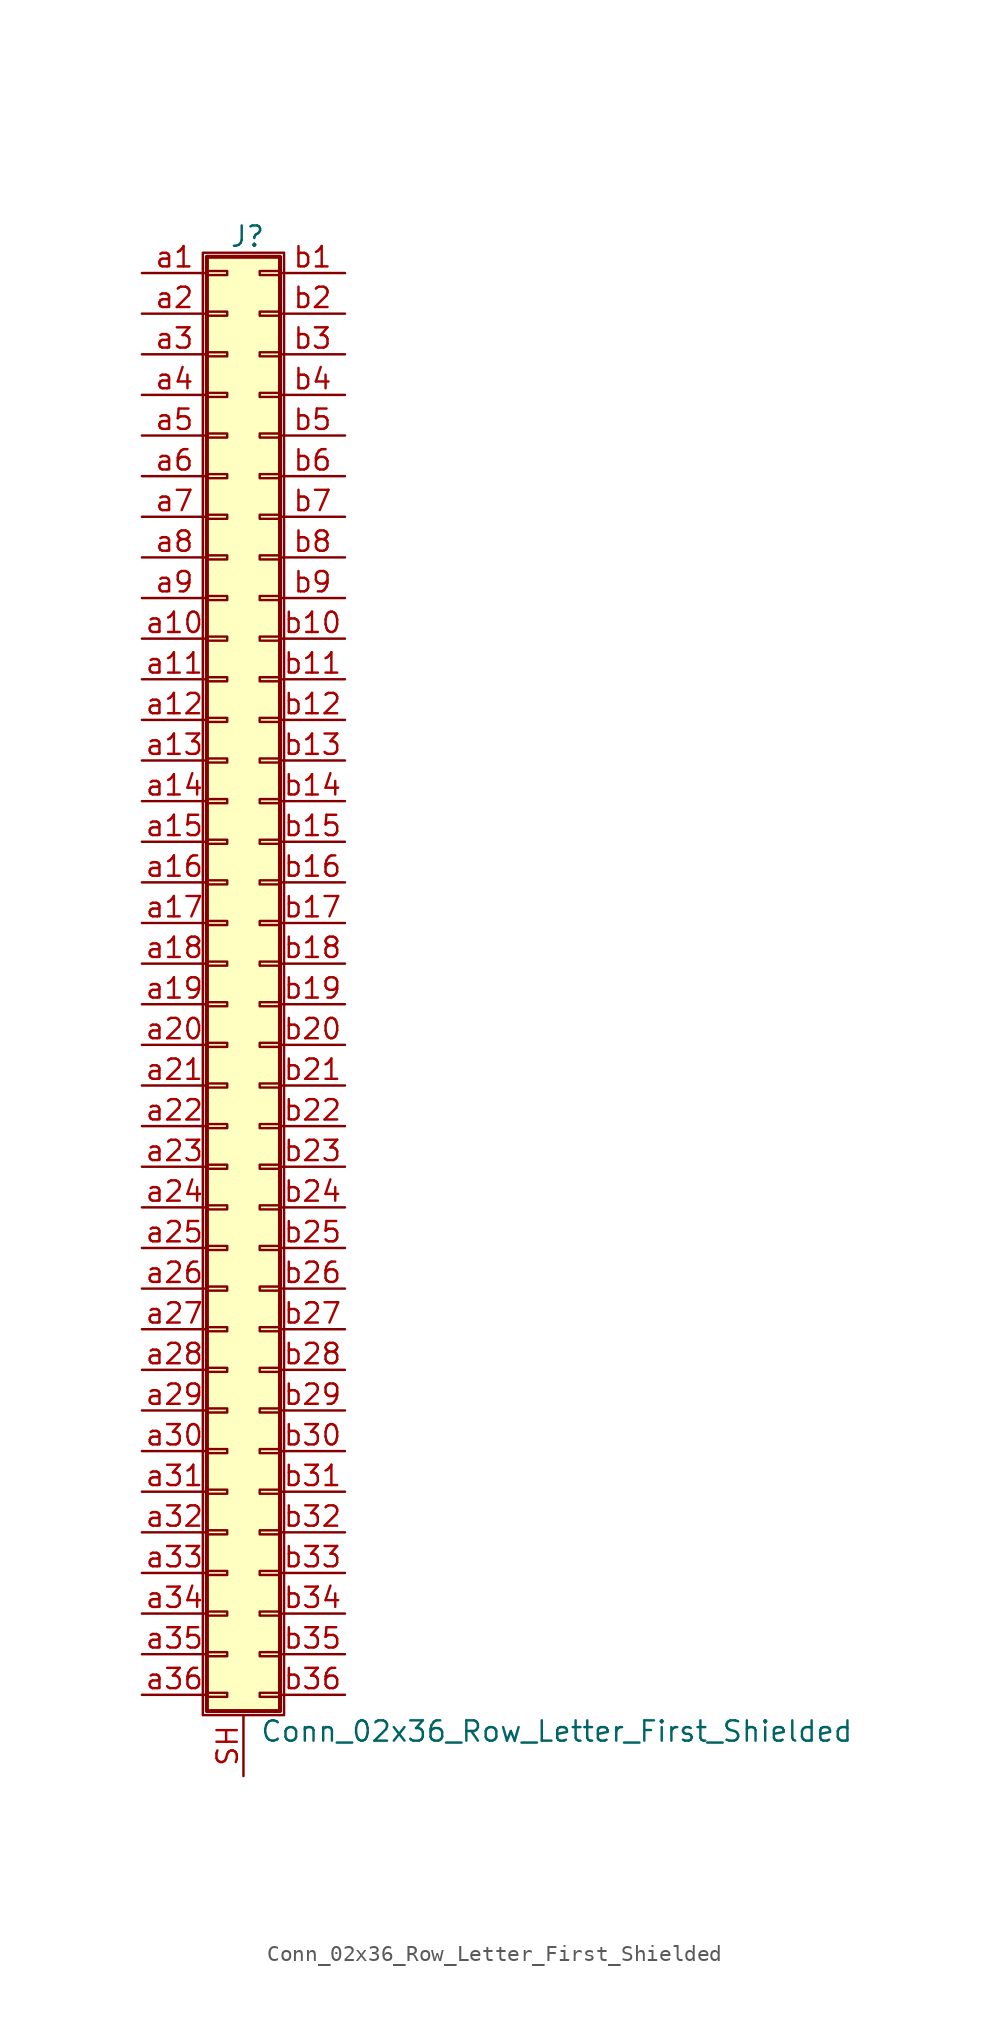
<source format=kicad_sym>
(kicad_symbol_lib
  (version 20201005)
  (generator kicad_symbol_editor)
  (symbol "Conn_02x36_Row_Letter_First_Shielded"
    (pin_names
      (offset 1.016) hide)
    (property "Reference" "J"
      (at 1.524 45.466 0)
      (effects (font (size 1.27 1.27))))
    (property "Value" "Conn_02x36_Row_Letter_First_Shielded"
      (at 2.286 -48.006 0)
      (effects (font (size 1.27 1.27)) (justify left)))
    (symbol "Conn_02x36_Row_Letter_First_Shielded_1_1"
      (rectangle (start -1.27 44.45) (end 3.81 -46.99) (stroke (width 0.152)) (fill (type none)))
      (rectangle (start -1.016 -45.593) (end 0.254 -45.847) (stroke (width 0.152)) (fill (type none)))
      (rectangle (start -1.016 -43.053) (end 0.254 -43.307) (stroke (width 0.152)) (fill (type none)))
      (rectangle (start -1.016 -40.513) (end 0.254 -40.767) (stroke (width 0.152)) (fill (type none)))
      (rectangle (start -1.016 -37.973) (end 0.254 -38.227) (stroke (width 0.152)) (fill (type none)))
      (rectangle (start -1.016 -35.433) (end 0.254 -35.687) (stroke (width 0.152)) (fill (type none)))
      (rectangle (start -1.016 -32.893) (end 0.254 -33.147) (stroke (width 0.152)) (fill (type none)))
      (rectangle (start -1.016 -30.353) (end 0.254 -30.607) (stroke (width 0.152)) (fill (type none)))
      (rectangle (start -1.016 -27.813) (end 0.254 -28.067) (stroke (width 0.152)) (fill (type none)))
      (rectangle (start -1.016 -25.273) (end 0.254 -25.527) (stroke (width 0.152)) (fill (type none)))
      (rectangle (start -1.016 -22.733) (end 0.254 -22.987) (stroke (width 0.152)) (fill (type none)))
      (rectangle (start -1.016 -20.193) (end 0.254 -20.447) (stroke (width 0.152)) (fill (type none)))
      (rectangle (start -1.016 -17.653) (end 0.254 -17.907) (stroke (width 0.152)) (fill (type none)))
      (rectangle (start -1.016 -15.113) (end 0.254 -15.367) (stroke (width 0.152)) (fill (type none)))
      (rectangle (start -1.016 -12.573) (end 0.254 -12.827) (stroke (width 0.152)) (fill (type none)))
      (rectangle (start -1.016 -10.033) (end 0.254 -10.287) (stroke (width 0.152)) (fill (type none)))
      (rectangle (start -1.016 -7.493) (end 0.254 -7.747) (stroke (width 0.152)) (fill (type none)))
      (rectangle (start -1.016 -4.953) (end 0.254 -5.207) (stroke (width 0.152)) (fill (type none)))
      (rectangle (start -1.016 -2.413) (end 0.254 -2.667) (stroke (width 0.152)) (fill (type none)))
      (rectangle (start -1.016 0.127) (end 0.254 -0.127) (stroke (width 0.152)) (fill (type none)))
      (rectangle (start -1.016 2.667) (end 0.254 2.413) (stroke (width 0.152)) (fill (type none)))
      (rectangle (start -1.016 5.207) (end 0.254 4.953) (stroke (width 0.152)) (fill (type none)))
      (rectangle (start -1.016 7.747) (end 0.254 7.493) (stroke (width 0.152)) (fill (type none)))
      (rectangle (start -1.016 10.287) (end 0.254 10.033) (stroke (width 0.152)) (fill (type none)))
      (rectangle (start -1.016 12.827) (end 0.254 12.573) (stroke (width 0.152)) (fill (type none)))
      (rectangle (start -1.016 15.367) (end 0.254 15.113) (stroke (width 0.152)) (fill (type none)))
      (rectangle (start -1.016 17.907) (end 0.254 17.653) (stroke (width 0.152)) (fill (type none)))
      (rectangle (start -1.016 20.447) (end 0.254 20.193) (stroke (width 0.152)) (fill (type none)))
      (rectangle (start -1.016 22.987) (end 0.254 22.733) (stroke (width 0.152)) (fill (type none)))
      (rectangle (start -1.016 25.527) (end 0.254 25.273) (stroke (width 0.152)) (fill (type none)))
      (rectangle (start -1.016 28.067) (end 0.254 27.813) (stroke (width 0.152)) (fill (type none)))
      (rectangle (start -1.016 30.607) (end 0.254 30.353) (stroke (width 0.152)) (fill (type none)))
      (rectangle (start -1.016 33.147) (end 0.254 32.893) (stroke (width 0.152)) (fill (type none)))
      (rectangle (start -1.016 35.687) (end 0.254 35.433) (stroke (width 0.152)) (fill (type none)))
      (rectangle (start -1.016 38.227) (end 0.254 37.973) (stroke (width 0.152)) (fill (type none)))
      (rectangle (start -1.016 40.767) (end 0.254 40.513) (stroke (width 0.152)) (fill (type none)))
      (rectangle (start -1.016 43.307) (end 0.254 43.053) (stroke (width 0.152)) (fill (type none)))
      (rectangle (start 3.556 -45.593) (end 2.286 -45.847) (stroke (width 0.152)) (fill (type none)))
      (rectangle (start 3.556 -43.053) (end 2.286 -43.307) (stroke (width 0.152)) (fill (type none)))
      (rectangle (start 3.556 -40.513) (end 2.286 -40.767) (stroke (width 0.152)) (fill (type none)))
      (rectangle (start 3.556 -37.973) (end 2.286 -38.227) (stroke (width 0.152)) (fill (type none)))
      (rectangle (start 3.556 -35.433) (end 2.286 -35.687) (stroke (width 0.152)) (fill (type none)))
      (rectangle (start 3.556 -32.893) (end 2.286 -33.147) (stroke (width 0.152)) (fill (type none)))
      (rectangle (start 3.556 -30.353) (end 2.286 -30.607) (stroke (width 0.152)) (fill (type none)))
      (rectangle (start 3.556 -27.813) (end 2.286 -28.067) (stroke (width 0.152)) (fill (type none)))
      (rectangle (start 3.556 -25.273) (end 2.286 -25.527) (stroke (width 0.152)) (fill (type none)))
      (rectangle (start 3.556 -22.733) (end 2.286 -22.987) (stroke (width 0.152)) (fill (type none)))
      (rectangle (start 3.556 -20.193) (end 2.286 -20.447) (stroke (width 0.152)) (fill (type none)))
      (rectangle (start 3.556 -17.653) (end 2.286 -17.907) (stroke (width 0.152)) (fill (type none)))
      (rectangle (start 3.556 -15.113) (end 2.286 -15.367) (stroke (width 0.152)) (fill (type none)))
      (rectangle (start 3.556 -12.573) (end 2.286 -12.827) (stroke (width 0.152)) (fill (type none)))
      (rectangle (start 3.556 -10.033) (end 2.286 -10.287) (stroke (width 0.152)) (fill (type none)))
      (rectangle (start 3.556 -7.493) (end 2.286 -7.747) (stroke (width 0.152)) (fill (type none)))
      (rectangle (start 3.556 -4.953) (end 2.286 -5.207) (stroke (width 0.152)) (fill (type none)))
      (rectangle (start 3.556 -2.413) (end 2.286 -2.667) (stroke (width 0.152)) (fill (type none)))
      (rectangle (start 3.556 0.127) (end 2.286 -0.127) (stroke (width 0.152)) (fill (type none)))
      (rectangle (start 3.556 2.667) (end 2.286 2.413) (stroke (width 0.152)) (fill (type none)))
      (rectangle (start 3.556 5.207) (end 2.286 4.953) (stroke (width 0.152)) (fill (type none)))
      (rectangle (start 3.556 7.747) (end 2.286 7.493) (stroke (width 0.152)) (fill (type none)))
      (rectangle (start 3.556 10.287) (end 2.286 10.033) (stroke (width 0.152)) (fill (type none)))
      (rectangle (start 3.556 12.827) (end 2.286 12.573) (stroke (width 0.152)) (fill (type none)))
      (rectangle (start 3.556 15.367) (end 2.286 15.113) (stroke (width 0.152)) (fill (type none)))
      (rectangle (start 3.556 17.907) (end 2.286 17.653) (stroke (width 0.152)) (fill (type none)))
      (rectangle (start 3.556 20.447) (end 2.286 20.193) (stroke (width 0.152)) (fill (type none)))
      (rectangle (start 3.556 22.987) (end 2.286 22.733) (stroke (width 0.152)) (fill (type none)))
      (rectangle (start 3.556 25.527) (end 2.286 25.273) (stroke (width 0.152)) (fill (type none)))
      (rectangle (start 3.556 28.067) (end 2.286 27.813) (stroke (width 0.152)) (fill (type none)))
      (rectangle (start 3.556 30.607) (end 2.286 30.353) (stroke (width 0.152)) (fill (type none)))
      (rectangle (start 3.556 33.147) (end 2.286 32.893) (stroke (width 0.152)) (fill (type none)))
      (rectangle (start 3.556 35.687) (end 2.286 35.433) (stroke (width 0.152)) (fill (type none)))
      (rectangle (start 3.556 38.227) (end 2.286 37.973) (stroke (width 0.152)) (fill (type none)))
      (rectangle (start 3.556 40.767) (end 2.286 40.513) (stroke (width 0.152)) (fill (type none)))
      (rectangle (start 3.556 43.307) (end 2.286 43.053) (stroke (width 0.152)) (fill (type none)))
      (rectangle (start -1.016 44.196) (end 3.556 -46.736) (stroke (width 0.254)) (fill (type background)))
      (pin passive line (at 1.27 -50.8 90) (length 3.81) (name "Shield" (effects (font (size 1.27 1.27)))) (number "SH" (effects (font (size 1.27 1.27)))))
      (pin passive line (at -5.08 43.18 0) (length 4.064) (name "Pin_a1" (effects (font (size 1.27 1.27)))) (number "a1" (effects (font (size 1.27 1.27)))))
      (pin passive line (at -5.08 20.32 0) (length 4.064) (name "Pin_a10" (effects (font (size 1.27 1.27)))) (number "a10" (effects (font (size 1.27 1.27)))))
      (pin passive line (at -5.08 17.78 0) (length 4.064) (name "Pin_a11" (effects (font (size 1.27 1.27)))) (number "a11" (effects (font (size 1.27 1.27)))))
      (pin passive line (at -5.08 15.24 0) (length 4.064) (name "Pin_a12" (effects (font (size 1.27 1.27)))) (number "a12" (effects (font (size 1.27 1.27)))))
      (pin passive line (at -5.08 12.7 0) (length 4.064) (name "Pin_a13" (effects (font (size 1.27 1.27)))) (number "a13" (effects (font (size 1.27 1.27)))))
      (pin passive line (at -5.08 10.16 0) (length 4.064) (name "Pin_a14" (effects (font (size 1.27 1.27)))) (number "a14" (effects (font (size 1.27 1.27)))))
      (pin passive line (at -5.08 7.62 0) (length 4.064) (name "Pin_a15" (effects (font (size 1.27 1.27)))) (number "a15" (effects (font (size 1.27 1.27)))))
      (pin passive line (at -5.08 5.08 0) (length 4.064) (name "Pin_a16" (effects (font (size 1.27 1.27)))) (number "a16" (effects (font (size 1.27 1.27)))))
      (pin passive line (at -5.08 2.54 0) (length 4.064) (name "Pin_a17" (effects (font (size 1.27 1.27)))) (number "a17" (effects (font (size 1.27 1.27)))))
      (pin passive line (at -5.08 0 0) (length 4.064) (name "Pin_a18" (effects (font (size 1.27 1.27)))) (number "a18" (effects (font (size 1.27 1.27)))))
      (pin passive line (at -5.08 -2.54 0) (length 4.064) (name "Pin_a19" (effects (font (size 1.27 1.27)))) (number "a19" (effects (font (size 1.27 1.27)))))
      (pin passive line (at -5.08 40.64 0) (length 4.064) (name "Pin_a2" (effects (font (size 1.27 1.27)))) (number "a2" (effects (font (size 1.27 1.27)))))
      (pin passive line (at -5.08 -5.08 0) (length 4.064) (name "Pin_a20" (effects (font (size 1.27 1.27)))) (number "a20" (effects (font (size 1.27 1.27)))))
      (pin passive line (at -5.08 -7.62 0) (length 4.064) (name "Pin_a21" (effects (font (size 1.27 1.27)))) (number "a21" (effects (font (size 1.27 1.27)))))
      (pin passive line (at -5.08 -10.16 0) (length 4.064) (name "Pin_a22" (effects (font (size 1.27 1.27)))) (number "a22" (effects (font (size 1.27 1.27)))))
      (pin passive line (at -5.08 -12.7 0) (length 4.064) (name "Pin_a23" (effects (font (size 1.27 1.27)))) (number "a23" (effects (font (size 1.27 1.27)))))
      (pin passive line (at -5.08 -15.24 0) (length 4.064) (name "Pin_a24" (effects (font (size 1.27 1.27)))) (number "a24" (effects (font (size 1.27 1.27)))))
      (pin passive line (at -5.08 -17.78 0) (length 4.064) (name "Pin_a25" (effects (font (size 1.27 1.27)))) (number "a25" (effects (font (size 1.27 1.27)))))
      (pin passive line (at -5.08 -20.32 0) (length 4.064) (name "Pin_a26" (effects (font (size 1.27 1.27)))) (number "a26" (effects (font (size 1.27 1.27)))))
      (pin passive line (at -5.08 -22.86 0) (length 4.064) (name "Pin_a27" (effects (font (size 1.27 1.27)))) (number "a27" (effects (font (size 1.27 1.27)))))
      (pin passive line (at -5.08 -25.4 0) (length 4.064) (name "Pin_a28" (effects (font (size 1.27 1.27)))) (number "a28" (effects (font (size 1.27 1.27)))))
      (pin passive line (at -5.08 -27.94 0) (length 4.064) (name "Pin_a29" (effects (font (size 1.27 1.27)))) (number "a29" (effects (font (size 1.27 1.27)))))
      (pin passive line (at -5.08 38.1 0) (length 4.064) (name "Pin_a3" (effects (font (size 1.27 1.27)))) (number "a3" (effects (font (size 1.27 1.27)))))
      (pin passive line (at -5.08 -30.48 0) (length 4.064) (name "Pin_a30" (effects (font (size 1.27 1.27)))) (number "a30" (effects (font (size 1.27 1.27)))))
      (pin passive line (at -5.08 -33.02 0) (length 4.064) (name "Pin_a31" (effects (font (size 1.27 1.27)))) (number "a31" (effects (font (size 1.27 1.27)))))
      (pin passive line (at -5.08 -35.56 0) (length 4.064) (name "Pin_a32" (effects (font (size 1.27 1.27)))) (number "a32" (effects (font (size 1.27 1.27)))))
      (pin passive line (at -5.08 -38.1 0) (length 4.064) (name "Pin_a33" (effects (font (size 1.27 1.27)))) (number "a33" (effects (font (size 1.27 1.27)))))
      (pin passive line (at -5.08 -40.64 0) (length 4.064) (name "Pin_a34" (effects (font (size 1.27 1.27)))) (number "a34" (effects (font (size 1.27 1.27)))))
      (pin passive line (at -5.08 -43.18 0) (length 4.064) (name "Pin_a35" (effects (font (size 1.27 1.27)))) (number "a35" (effects (font (size 1.27 1.27)))))
      (pin passive line (at -5.08 -45.72 0) (length 4.064) (name "Pin_a36" (effects (font (size 1.27 1.27)))) (number "a36" (effects (font (size 1.27 1.27)))))
      (pin passive line (at -5.08 35.56 0) (length 4.064) (name "Pin_a4" (effects (font (size 1.27 1.27)))) (number "a4" (effects (font (size 1.27 1.27)))))
      (pin passive line (at -5.08 33.02 0) (length 4.064) (name "Pin_a5" (effects (font (size 1.27 1.27)))) (number "a5" (effects (font (size 1.27 1.27)))))
      (pin passive line (at -5.08 30.48 0) (length 4.064) (name "Pin_a6" (effects (font (size 1.27 1.27)))) (number "a6" (effects (font (size 1.27 1.27)))))
      (pin passive line (at -5.08 27.94 0) (length 4.064) (name "Pin_a7" (effects (font (size 1.27 1.27)))) (number "a7" (effects (font (size 1.27 1.27)))))
      (pin passive line (at -5.08 25.4 0) (length 4.064) (name "Pin_a8" (effects (font (size 1.27 1.27)))) (number "a8" (effects (font (size 1.27 1.27)))))
      (pin passive line (at -5.08 22.86 0) (length 4.064) (name "Pin_a9" (effects (font (size 1.27 1.27)))) (number "a9" (effects (font (size 1.27 1.27)))))
      (pin passive line (at 7.62 43.18 180) (length 4.064) (name "Pin_b1" (effects (font (size 1.27 1.27)))) (number "b1" (effects (font (size 1.27 1.27)))))
      (pin passive line (at 7.62 20.32 180) (length 4.064) (name "Pin_b10" (effects (font (size 1.27 1.27)))) (number "b10" (effects (font (size 1.27 1.27)))))
      (pin passive line (at 7.62 17.78 180) (length 4.064) (name "Pin_b11" (effects (font (size 1.27 1.27)))) (number "b11" (effects (font (size 1.27 1.27)))))
      (pin passive line (at 7.62 15.24 180) (length 4.064) (name "Pin_b12" (effects (font (size 1.27 1.27)))) (number "b12" (effects (font (size 1.27 1.27)))))
      (pin passive line (at 7.62 12.7 180) (length 4.064) (name "Pin_b13" (effects (font (size 1.27 1.27)))) (number "b13" (effects (font (size 1.27 1.27)))))
      (pin passive line (at 7.62 10.16 180) (length 4.064) (name "Pin_b14" (effects (font (size 1.27 1.27)))) (number "b14" (effects (font (size 1.27 1.27)))))
      (pin passive line (at 7.62 7.62 180) (length 4.064) (name "Pin_b15" (effects (font (size 1.27 1.27)))) (number "b15" (effects (font (size 1.27 1.27)))))
      (pin passive line (at 7.62 5.08 180) (length 4.064) (name "Pin_b16" (effects (font (size 1.27 1.27)))) (number "b16" (effects (font (size 1.27 1.27)))))
      (pin passive line (at 7.62 2.54 180) (length 4.064) (name "Pin_b17" (effects (font (size 1.27 1.27)))) (number "b17" (effects (font (size 1.27 1.27)))))
      (pin passive line (at 7.62 0 180) (length 4.064) (name "Pin_b18" (effects (font (size 1.27 1.27)))) (number "b18" (effects (font (size 1.27 1.27)))))
      (pin passive line (at 7.62 -2.54 180) (length 4.064) (name "Pin_b19" (effects (font (size 1.27 1.27)))) (number "b19" (effects (font (size 1.27 1.27)))))
      (pin passive line (at 7.62 40.64 180) (length 4.064) (name "Pin_b2" (effects (font (size 1.27 1.27)))) (number "b2" (effects (font (size 1.27 1.27)))))
      (pin passive line (at 7.62 -5.08 180) (length 4.064) (name "Pin_b20" (effects (font (size 1.27 1.27)))) (number "b20" (effects (font (size 1.27 1.27)))))
      (pin passive line (at 7.62 -7.62 180) (length 4.064) (name "Pin_b21" (effects (font (size 1.27 1.27)))) (number "b21" (effects (font (size 1.27 1.27)))))
      (pin passive line (at 7.62 -10.16 180) (length 4.064) (name "Pin_b22" (effects (font (size 1.27 1.27)))) (number "b22" (effects (font (size 1.27 1.27)))))
      (pin passive line (at 7.62 -12.7 180) (length 4.064) (name "Pin_b23" (effects (font (size 1.27 1.27)))) (number "b23" (effects (font (size 1.27 1.27)))))
      (pin passive line (at 7.62 -15.24 180) (length 4.064) (name "Pin_b24" (effects (font (size 1.27 1.27)))) (number "b24" (effects (font (size 1.27 1.27)))))
      (pin passive line (at 7.62 -17.78 180) (length 4.064) (name "Pin_b25" (effects (font (size 1.27 1.27)))) (number "b25" (effects (font (size 1.27 1.27)))))
      (pin passive line (at 7.62 -20.32 180) (length 4.064) (name "Pin_b26" (effects (font (size 1.27 1.27)))) (number "b26" (effects (font (size 1.27 1.27)))))
      (pin passive line (at 7.62 -22.86 180) (length 4.064) (name "Pin_b27" (effects (font (size 1.27 1.27)))) (number "b27" (effects (font (size 1.27 1.27)))))
      (pin passive line (at 7.62 -25.4 180) (length 4.064) (name "Pin_b28" (effects (font (size 1.27 1.27)))) (number "b28" (effects (font (size 1.27 1.27)))))
      (pin passive line (at 7.62 -27.94 180) (length 4.064) (name "Pin_b29" (effects (font (size 1.27 1.27)))) (number "b29" (effects (font (size 1.27 1.27)))))
      (pin passive line (at 7.62 38.1 180) (length 4.064) (name "Pin_b3" (effects (font (size 1.27 1.27)))) (number "b3" (effects (font (size 1.27 1.27)))))
      (pin passive line (at 7.62 -30.48 180) (length 4.064) (name "Pin_b30" (effects (font (size 1.27 1.27)))) (number "b30" (effects (font (size 1.27 1.27)))))
      (pin passive line (at 7.62 -33.02 180) (length 4.064) (name "Pin_b31" (effects (font (size 1.27 1.27)))) (number "b31" (effects (font (size 1.27 1.27)))))
      (pin passive line (at 7.62 -35.56 180) (length 4.064) (name "Pin_b32" (effects (font (size 1.27 1.27)))) (number "b32" (effects (font (size 1.27 1.27)))))
      (pin passive line (at 7.62 -38.1 180) (length 4.064) (name "Pin_b33" (effects (font (size 1.27 1.27)))) (number "b33" (effects (font (size 1.27 1.27)))))
      (pin passive line (at 7.62 -40.64 180) (length 4.064) (name "Pin_b34" (effects (font (size 1.27 1.27)))) (number "b34" (effects (font (size 1.27 1.27)))))
      (pin passive line (at 7.62 -43.18 180) (length 4.064) (name "Pin_b35" (effects (font (size 1.27 1.27)))) (number "b35" (effects (font (size 1.27 1.27)))))
      (pin passive line (at 7.62 -45.72 180) (length 4.064) (name "Pin_b36" (effects (font (size 1.27 1.27)))) (number "b36" (effects (font (size 1.27 1.27)))))
      (pin passive line (at 7.62 35.56 180) (length 4.064) (name "Pin_b4" (effects (font (size 1.27 1.27)))) (number "b4" (effects (font (size 1.27 1.27)))))
      (pin passive line (at 7.62 33.02 180) (length 4.064) (name "Pin_b5" (effects (font (size 1.27 1.27)))) (number "b5" (effects (font (size 1.27 1.27)))))
      (pin passive line (at 7.62 30.48 180) (length 4.064) (name "Pin_b6" (effects (font (size 1.27 1.27)))) (number "b6" (effects (font (size 1.27 1.27)))))
      (pin passive line (at 7.62 27.94 180) (length 4.064) (name "Pin_b7" (effects (font (size 1.27 1.27)))) (number "b7" (effects (font (size 1.27 1.27)))))
      (pin passive line (at 7.62 25.4 180) (length 4.064) (name "Pin_b8" (effects (font (size 1.27 1.27)))) (number "b8" (effects (font (size 1.27 1.27)))))
      (pin passive line (at 7.62 22.86 180) (length 4.064) (name "Pin_b9" (effects (font (size 1.27 1.27)))) (number "b9" (effects (font (size 1.27 1.27))))))))
</source>
